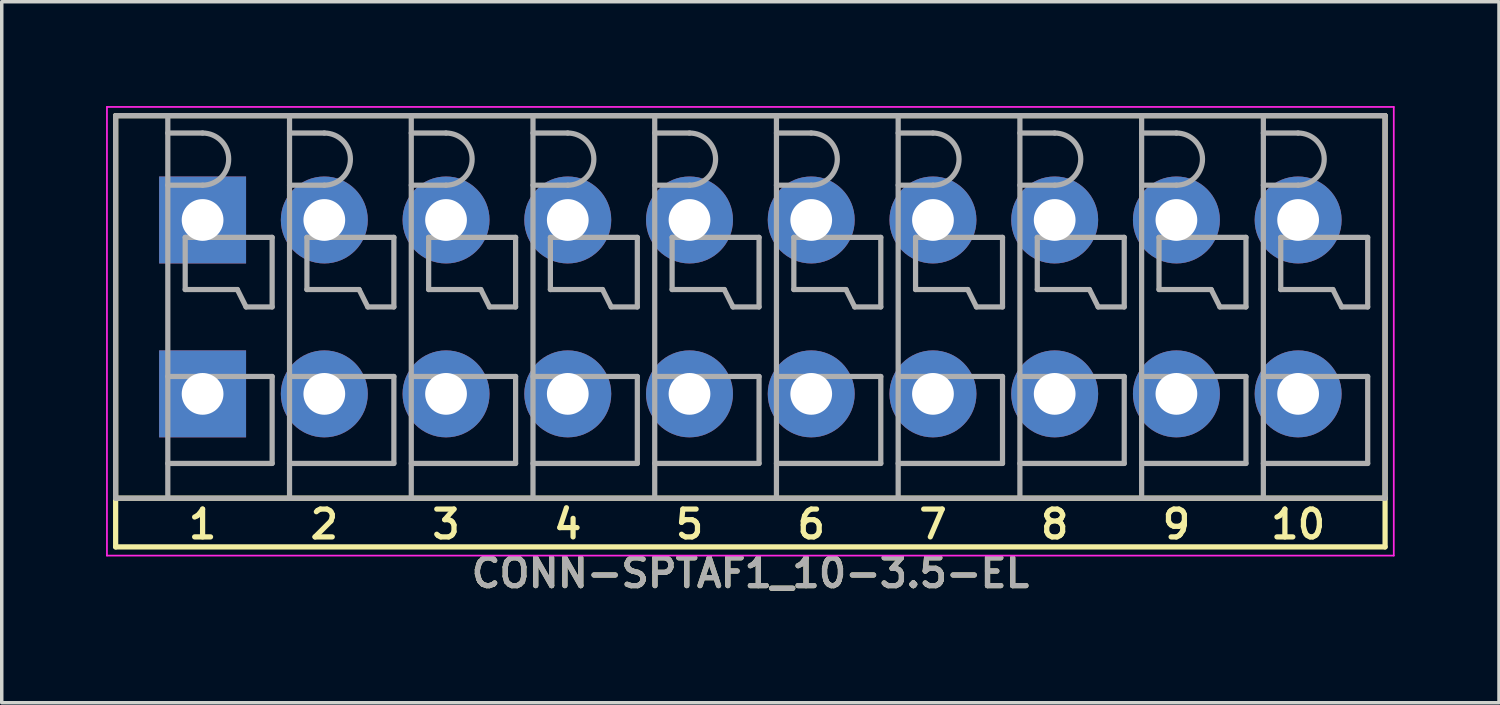
<source format=kicad_pcb>
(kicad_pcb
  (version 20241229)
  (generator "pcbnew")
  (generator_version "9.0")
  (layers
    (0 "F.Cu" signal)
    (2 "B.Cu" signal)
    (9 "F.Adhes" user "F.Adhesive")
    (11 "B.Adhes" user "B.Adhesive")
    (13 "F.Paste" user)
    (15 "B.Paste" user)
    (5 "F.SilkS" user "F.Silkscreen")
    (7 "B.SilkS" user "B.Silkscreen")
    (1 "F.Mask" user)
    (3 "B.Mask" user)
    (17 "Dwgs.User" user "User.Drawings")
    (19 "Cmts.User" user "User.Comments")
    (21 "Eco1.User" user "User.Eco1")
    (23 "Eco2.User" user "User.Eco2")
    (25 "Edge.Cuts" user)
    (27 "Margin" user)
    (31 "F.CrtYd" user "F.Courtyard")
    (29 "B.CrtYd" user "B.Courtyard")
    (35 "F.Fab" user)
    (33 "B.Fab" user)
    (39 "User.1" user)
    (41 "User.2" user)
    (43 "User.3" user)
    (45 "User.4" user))
  (footprint "CONN-SPTAF1_10-3.5-EL"
    (layer "F.Cu")
    (at 18.525 5.775)
    (property "Reference" "CONN-SPTAF1_10-3.5-EL" (at 0 7.65 0) (layer "F.SilkS") (effects (font (size 0.8 0.8) (thickness 0.15))))
    (attr through_hole)
    (fp_line (start -18.25 -5.5) (end 18.25 -5.5) (stroke (width 0.15) (type solid)) (layer "F.SilkS"))
    (fp_line (start -18.25 5.5) (end -18.25 -5.5) (stroke (width 0.15) (type solid)) (layer "F.SilkS"))
    (fp_line (start -18.25 5.5) (end -18.25 6.9) (stroke (width 0.15) (type solid)) (layer "F.SilkS"))
    (fp_line (start -18.25 6.9) (end 18.25 6.9) (stroke (width 0.15) (type solid)) (layer "F.SilkS"))
    (fp_line (start 18.25 -5.5) (end 18.25 5.5) (stroke (width 0.15) (type solid)) (layer "F.SilkS"))
    (fp_line (start 18.25 5.5) (end -18.25 5.5) (stroke (width 0.15) (type solid)) (layer "F.SilkS"))
    (fp_line (start 18.25 6.9) (end 18.25 5.5) (stroke (width 0.15) (type solid)) (layer "F.SilkS"))
    (fp_line (start -18.5 -5.75) (end 18.5 -5.75) (stroke (width 0.05) (type solid)) (layer "F.CrtYd"))
    (fp_line (start -18.5 7.15) (end -18.5 -5.75) (stroke (width 0.05) (type solid)) (layer "F.CrtYd"))
    (fp_line (start 18.5 -5.75) (end 18.5 7.15) (stroke (width 0.05) (type solid)) (layer "F.CrtYd"))
    (fp_line (start 18.5 7.15) (end -18.5 7.15) (stroke (width 0.05) (type solid)) (layer "F.CrtYd"))
    (fp_line (start -18.25 -5.5) (end 18.25 -5.5) (stroke (width 0.15) (type solid)) (layer "F.Fab"))
    (fp_line (start -18.25 5.5) (end -18.25 -5.5) (stroke (width 0.15) (type solid)) (layer "F.Fab"))
    (fp_line (start -16.75 -5.5) (end -16.75 5.5) (stroke (width 0.15) (type solid)) (layer "F.Fab"))
    (fp_line (start -16.75 -5) (end -15.75 -5) (stroke (width 0.15) (type solid)) (layer "F.Fab"))
    (fp_line (start -16.75 -3.5) (end -15.75 -3.5) (stroke (width 0.15) (type solid)) (layer "F.Fab"))
    (fp_line (start -16.75 2) (end -13.75 2) (stroke (width 0.15) (type solid)) (layer "F.Fab"))
    (fp_line (start -16.25 -2) (end -16.25 -0.5) (stroke (width 0.15) (type solid)) (layer "F.Fab"))
    (fp_line (start -16.25 -0.5) (end -14.75 -0.5) (stroke (width 0.15) (type solid)) (layer "F.Fab"))
    (fp_line (start -14.75 -0.5) (end -14.5 0) (stroke (width 0.15) (type solid)) (layer "F.Fab"))
    (fp_line (start -14.5 0) (end -13.75 0) (stroke (width 0.15) (type solid)) (layer "F.Fab"))
    (fp_line (start -13.75 -2) (end -16.25 -2) (stroke (width 0.15) (type solid)) (layer "F.Fab"))
    (fp_line (start -13.75 0) (end -13.75 -2) (stroke (width 0.15) (type solid)) (layer "F.Fab"))
    (fp_line (start -13.75 2) (end -13.75 4.5) (stroke (width 0.15) (type solid)) (layer "F.Fab"))
    (fp_line (start -13.75 4.5) (end -16.75 4.5) (stroke (width 0.15) (type solid)) (layer "F.Fab"))
    (fp_line (start -13.25 -5.5) (end -13.25 5.5) (stroke (width 0.15) (type solid)) (layer "F.Fab"))
    (fp_line (start -13.25 -5) (end -12.25 -5) (stroke (width 0.15) (type solid)) (layer "F.Fab"))
    (fp_line (start -13.25 -3.5) (end -12.25 -3.5) (stroke (width 0.15) (type solid)) (layer "F.Fab"))
    (fp_line (start -13.25 2) (end -10.25 2) (stroke (width 0.15) (type solid)) (layer "F.Fab"))
    (fp_line (start -12.75 -2) (end -12.75 -0.5) (stroke (width 0.15) (type solid)) (layer "F.Fab"))
    (fp_line (start -12.75 -0.5) (end -11.25 -0.5) (stroke (width 0.15) (type solid)) (layer "F.Fab"))
    (fp_line (start -11.25 -0.5) (end -11 0) (stroke (width 0.15) (type solid)) (layer "F.Fab"))
    (fp_line (start -11 0) (end -10.25 0) (stroke (width 0.15) (type solid)) (layer "F.Fab"))
    (fp_line (start -10.25 -2) (end -12.75 -2) (stroke (width 0.15) (type solid)) (layer "F.Fab"))
    (fp_line (start -10.25 0) (end -10.25 -2) (stroke (width 0.15) (type solid)) (layer "F.Fab"))
    (fp_line (start -10.25 2) (end -10.25 4.5) (stroke (width 0.15) (type solid)) (layer "F.Fab"))
    (fp_line (start -10.25 4.5) (end -13.25 4.5) (stroke (width 0.15) (type solid)) (layer "F.Fab"))
    (fp_line (start -9.75 -5.5) (end -9.75 5.5) (stroke (width 0.15) (type solid)) (layer "F.Fab"))
    (fp_line (start -9.75 -5) (end -8.75 -5) (stroke (width 0.15) (type solid)) (layer "F.Fab"))
    (fp_line (start -9.75 -3.5) (end -8.75 -3.5) (stroke (width 0.15) (type solid)) (layer "F.Fab"))
    (fp_line (start -9.75 2) (end -6.75 2) (stroke (width 0.15) (type solid)) (layer "F.Fab"))
    (fp_line (start -9.25 -2) (end -9.25 -0.5) (stroke (width 0.15) (type solid)) (layer "F.Fab"))
    (fp_line (start -9.25 -0.5) (end -7.75 -0.5) (stroke (width 0.15) (type solid)) (layer "F.Fab"))
    (fp_line (start -7.75 -0.5) (end -7.5 0) (stroke (width 0.15) (type solid)) (layer "F.Fab"))
    (fp_line (start -7.5 0) (end -6.75 0) (stroke (width 0.15) (type solid)) (layer "F.Fab"))
    (fp_line (start -6.75 -2) (end -9.25 -2) (stroke (width 0.15) (type solid)) (layer "F.Fab"))
    (fp_line (start -6.75 0) (end -6.75 -2) (stroke (width 0.15) (type solid)) (layer "F.Fab"))
    (fp_line (start -6.75 2) (end -6.75 4.5) (stroke (width 0.15) (type solid)) (layer "F.Fab"))
    (fp_line (start -6.75 4.5) (end -9.75 4.5) (stroke (width 0.15) (type solid)) (layer "F.Fab"))
    (fp_line (start -6.25 -5.5) (end -6.25 5.5) (stroke (width 0.15) (type solid)) (layer "F.Fab"))
    (fp_line (start -6.25 -5) (end -5.25 -5) (stroke (width 0.15) (type solid)) (layer "F.Fab"))
    (fp_line (start -6.25 -3.5) (end -5.25 -3.5) (stroke (width 0.15) (type solid)) (layer "F.Fab"))
    (fp_line (start -6.25 2) (end -3.25 2) (stroke (width 0.15) (type solid)) (layer "F.Fab"))
    (fp_line (start -5.75 -2) (end -5.75 -0.5) (stroke (width 0.15) (type solid)) (layer "F.Fab"))
    (fp_line (start -5.75 -0.5) (end -4.25 -0.5) (stroke (width 0.15) (type solid)) (layer "F.Fab"))
    (fp_line (start -4.25 -0.5) (end -4 0) (stroke (width 0.15) (type solid)) (layer "F.Fab"))
    (fp_line (start -4 0) (end -3.25 0) (stroke (width 0.15) (type solid)) (layer "F.Fab"))
    (fp_line (start -3.25 -2) (end -5.75 -2) (stroke (width 0.15) (type solid)) (layer "F.Fab"))
    (fp_line (start -3.25 0) (end -3.25 -2) (stroke (width 0.15) (type solid)) (layer "F.Fab"))
    (fp_line (start -3.25 2) (end -3.25 4.5) (stroke (width 0.15) (type solid)) (layer "F.Fab"))
    (fp_line (start -3.25 4.5) (end -6.25 4.5) (stroke (width 0.15) (type solid)) (layer "F.Fab"))
    (fp_line (start -2.75 -5.5) (end -2.75 5.5) (stroke (width 0.15) (type solid)) (layer "F.Fab"))
    (fp_line (start -2.75 -5) (end -1.75 -5) (stroke (width 0.15) (type solid)) (layer "F.Fab"))
    (fp_line (start -2.75 -3.5) (end -1.75 -3.5) (stroke (width 0.15) (type solid)) (layer "F.Fab"))
    (fp_line (start -2.75 2) (end 0.25 2) (stroke (width 0.15) (type solid)) (layer "F.Fab"))
    (fp_line (start -2.25 -2) (end -2.25 -0.5) (stroke (width 0.15) (type solid)) (layer "F.Fab"))
    (fp_line (start -2.25 -0.5) (end -0.75 -0.5) (stroke (width 0.15) (type solid)) (layer "F.Fab"))
    (fp_line (start -0.75 -0.5) (end -0.5 0) (stroke (width 0.15) (type solid)) (layer "F.Fab"))
    (fp_line (start -0.5 0) (end 0.25 0) (stroke (width 0.15) (type solid)) (layer "F.Fab"))
    (fp_line (start 0.25 -2) (end -2.25 -2) (stroke (width 0.15) (type solid)) (layer "F.Fab"))
    (fp_line (start 0.25 0) (end 0.25 -2) (stroke (width 0.15) (type solid)) (layer "F.Fab"))
    (fp_line (start 0.25 2) (end 0.25 4.5) (stroke (width 0.15) (type solid)) (layer "F.Fab"))
    (fp_line (start 0.25 4.5) (end -2.75 4.5) (stroke (width 0.15) (type solid)) (layer "F.Fab"))
    (fp_line (start 0.75 -5.5) (end 0.75 5.5) (stroke (width 0.15) (type solid)) (layer "F.Fab"))
    (fp_line (start 0.75 -5) (end 1.75 -5) (stroke (width 0.15) (type solid)) (layer "F.Fab"))
    (fp_line (start 0.75 -3.5) (end 1.75 -3.5) (stroke (width 0.15) (type solid)) (layer "F.Fab"))
    (fp_line (start 0.75 2) (end 3.75 2) (stroke (width 0.15) (type solid)) (layer "F.Fab"))
    (fp_line (start 1.25 -2) (end 1.25 -0.5) (stroke (width 0.15) (type solid)) (layer "F.Fab"))
    (fp_line (start 1.25 -0.5) (end 2.75 -0.5) (stroke (width 0.15) (type solid)) (layer "F.Fab"))
    (fp_line (start 2.75 -0.5) (end 3 0) (stroke (width 0.15) (type solid)) (layer "F.Fab"))
    (fp_line (start 3 0) (end 3.75 0) (stroke (width 0.15) (type solid)) (layer "F.Fab"))
    (fp_line (start 3.75 -2) (end 1.25 -2) (stroke (width 0.15) (type solid)) (layer "F.Fab"))
    (fp_line (start 3.75 0) (end 3.75 -2) (stroke (width 0.15) (type solid)) (layer "F.Fab"))
    (fp_line (start 3.75 2) (end 3.75 4.5) (stroke (width 0.15) (type solid)) (layer "F.Fab"))
    (fp_line (start 3.75 4.5) (end 0.75 4.5) (stroke (width 0.15) (type solid)) (layer "F.Fab"))
    (fp_line (start 4.25 -5.5) (end 4.25 5.5) (stroke (width 0.15) (type solid)) (layer "F.Fab"))
    (fp_line (start 4.25 -5) (end 5.25 -5) (stroke (width 0.15) (type solid)) (layer "F.Fab"))
    (fp_line (start 4.25 -3.5) (end 5.25 -3.5) (stroke (width 0.15) (type solid)) (layer "F.Fab"))
    (fp_line (start 4.25 2) (end 7.25 2) (stroke (width 0.15) (type solid)) (layer "F.Fab"))
    (fp_line (start 4.75 -2) (end 4.75 -0.5) (stroke (width 0.15) (type solid)) (layer "F.Fab"))
    (fp_line (start 4.75 -0.5) (end 6.25 -0.5) (stroke (width 0.15) (type solid)) (layer "F.Fab"))
    (fp_line (start 6.25 -0.5) (end 6.5 0) (stroke (width 0.15) (type solid)) (layer "F.Fab"))
    (fp_line (start 6.5 0) (end 7.25 0) (stroke (width 0.15) (type solid)) (layer "F.Fab"))
    (fp_line (start 7.25 -2) (end 4.75 -2) (stroke (width 0.15) (type solid)) (layer "F.Fab"))
    (fp_line (start 7.25 0) (end 7.25 -2) (stroke (width 0.15) (type solid)) (layer "F.Fab"))
    (fp_line (start 7.25 2) (end 7.25 4.5) (stroke (width 0.15) (type solid)) (layer "F.Fab"))
    (fp_line (start 7.25 4.5) (end 4.25 4.5) (stroke (width 0.15) (type solid)) (layer "F.Fab"))
    (fp_line (start 7.75 -5.5) (end 7.75 5.5) (stroke (width 0.15) (type solid)) (layer "F.Fab"))
    (fp_line (start 7.75 -5) (end 8.75 -5) (stroke (width 0.15) (type solid)) (layer "F.Fab"))
    (fp_line (start 7.75 -3.5) (end 8.75 -3.5) (stroke (width 0.15) (type solid)) (layer "F.Fab"))
    (fp_line (start 7.75 2) (end 10.75 2) (stroke (width 0.15) (type solid)) (layer "F.Fab"))
    (fp_line (start 8.25 -2) (end 8.25 -0.5) (stroke (width 0.15) (type solid)) (layer "F.Fab"))
    (fp_line (start 8.25 -0.5) (end 9.75 -0.5) (stroke (width 0.15) (type solid)) (layer "F.Fab"))
    (fp_line (start 9.75 -0.5) (end 10 0) (stroke (width 0.15) (type solid)) (layer "F.Fab"))
    (fp_line (start 10 0) (end 10.75 0) (stroke (width 0.15) (type solid)) (layer "F.Fab"))
    (fp_line (start 10.75 -2) (end 8.25 -2) (stroke (width 0.15) (type solid)) (layer "F.Fab"))
    (fp_line (start 10.75 0) (end 10.75 -2) (stroke (width 0.15) (type solid)) (layer "F.Fab"))
    (fp_line (start 10.75 2) (end 10.75 4.5) (stroke (width 0.15) (type solid)) (layer "F.Fab"))
    (fp_line (start 10.75 4.5) (end 7.75 4.5) (stroke (width 0.15) (type solid)) (layer "F.Fab"))
    (fp_line (start 11.25 -5.5) (end 11.25 5.5) (stroke (width 0.15) (type solid)) (layer "F.Fab"))
    (fp_line (start 11.25 -5) (end 12.25 -5) (stroke (width 0.15) (type solid)) (layer "F.Fab"))
    (fp_line (start 11.25 -3.5) (end 12.25 -3.5) (stroke (width 0.15) (type solid)) (layer "F.Fab"))
    (fp_line (start 11.25 2) (end 14.25 2) (stroke (width 0.15) (type solid)) (layer "F.Fab"))
    (fp_line (start 11.75 -2) (end 11.75 -0.5) (stroke (width 0.15) (type solid)) (layer "F.Fab"))
    (fp_line (start 11.75 -0.5) (end 13.25 -0.5) (stroke (width 0.15) (type solid)) (layer "F.Fab"))
    (fp_line (start 13.25 -0.5) (end 13.5 0) (stroke (width 0.15) (type solid)) (layer "F.Fab"))
    (fp_line (start 13.5 0) (end 14.25 0) (stroke (width 0.15) (type solid)) (layer "F.Fab"))
    (fp_line (start 14.25 -2) (end 11.75 -2) (stroke (width 0.15) (type solid)) (layer "F.Fab"))
    (fp_line (start 14.25 0) (end 14.25 -2) (stroke (width 0.15) (type solid)) (layer "F.Fab"))
    (fp_line (start 14.25 2) (end 14.25 4.5) (stroke (width 0.15) (type solid)) (layer "F.Fab"))
    (fp_line (start 14.25 4.5) (end 11.25 4.5) (stroke (width 0.15) (type solid)) (layer "F.Fab"))
    (fp_line (start 14.75 -5.5) (end 14.75 5.5) (stroke (width 0.15) (type solid)) (layer "F.Fab"))
    (fp_line (start 14.75 -5) (end 15.75 -5) (stroke (width 0.15) (type solid)) (layer "F.Fab"))
    (fp_line (start 14.75 -3.5) (end 15.75 -3.5) (stroke (width 0.15) (type solid)) (layer "F.Fab"))
    (fp_line (start 14.75 2) (end 17.75 2) (stroke (width 0.15) (type solid)) (layer "F.Fab"))
    (fp_line (start 15.25 -2) (end 15.25 -0.5) (stroke (width 0.15) (type solid)) (layer "F.Fab"))
    (fp_line (start 15.25 -0.5) (end 16.75 -0.5) (stroke (width 0.15) (type solid)) (layer "F.Fab"))
    (fp_line (start 16.75 -0.5) (end 17 0) (stroke (width 0.15) (type solid)) (layer "F.Fab"))
    (fp_line (start 17 0) (end 17.75 0) (stroke (width 0.15) (type solid)) (layer "F.Fab"))
    (fp_line (start 17.75 -2) (end 15.25 -2) (stroke (width 0.15) (type solid)) (layer "F.Fab"))
    (fp_line (start 17.75 0) (end 17.75 -2) (stroke (width 0.15) (type solid)) (layer "F.Fab"))
    (fp_line (start 17.75 2) (end 17.75 4.5) (stroke (width 0.15) (type solid)) (layer "F.Fab"))
    (fp_line (start 17.75 4.5) (end 14.75 4.5) (stroke (width 0.15) (type solid)) (layer "F.Fab"))
    (fp_line (start 18.25 -5.5) (end 18.25 5.5) (stroke (width 0.15) (type solid)) (layer "F.Fab"))
    (fp_line (start 18.25 5.5) (end -18.25 5.5) (stroke (width 0.15) (type solid)) (layer "F.Fab"))
    (fp_arc (start -15.75 -5) (mid -15 -4.25) (end -15.75 -3.5) (stroke (width 0.15) (type solid)) (layer "F.Fab"))
    (fp_arc (start -12.25 -5) (mid -11.5 -4.25) (end -12.25 -3.5) (stroke (width 0.15) (type solid)) (layer "F.Fab"))
    (fp_arc (start -8.75 -5) (mid -8 -4.25) (end -8.75 -3.5) (stroke (width 0.15) (type solid)) (layer "F.Fab"))
    (fp_arc (start -5.25 -5) (mid -4.5 -4.25) (end -5.25 -3.5) (stroke (width 0.15) (type solid)) (layer "F.Fab"))
    (fp_arc (start -1.75 -5) (mid -1 -4.25) (end -1.75 -3.5) (stroke (width 0.15) (type solid)) (layer "F.Fab"))
    (fp_arc (start 1.75 -5) (mid 2.5 -4.25) (end 1.75 -3.5) (stroke (width 0.15) (type solid)) (layer "F.Fab"))
    (fp_arc (start 5.25 -5) (mid 6 -4.25) (end 5.25 -3.5) (stroke (width 0.15) (type solid)) (layer "F.Fab"))
    (fp_arc (start 8.75 -5) (mid 9.5 -4.25) (end 8.75 -3.5) (stroke (width 0.15) (type solid)) (layer "F.Fab"))
    (fp_arc (start 12.25 -5) (mid 13 -4.25) (end 12.25 -3.5) (stroke (width 0.15) (type solid)) (layer "F.Fab"))
    (fp_arc (start 15.75 -5) (mid 16.5 -4.25) (end 15.75 -3.5) (stroke (width 0.15) (type solid)) (layer "F.Fab"))
    (fp_text user "2" (at -12.25 6.25 0) (layer "F.SilkS") (effects (font (size 0.8 0.8) (thickness 0.15))))
    (fp_text user "6" (at 1.75 6.25 0) (layer "F.SilkS") (effects (font (size 0.8 0.8) (thickness 0.15))))
    (fp_text user "1" (at -15.75 6.25 0) (layer "F.SilkS") (effects (font (size 0.8 0.8) (thickness 0.15))))
    (fp_text user "8" (at 8.75 6.25 0) (layer "F.SilkS") (effects (font (size 0.8 0.8) (thickness 0.15))))
    (fp_text user "10" (at 15.75 6.25 0) (layer "F.SilkS") (effects (font (size 0.8 0.8) (thickness 0.15))))
    (fp_text user "7" (at 5.25 6.25 0) (layer "F.SilkS") (effects (font (size 0.8 0.8) (thickness 0.15))))
    (fp_text user "5" (at -1.75 6.25 0) (layer "F.SilkS") (effects (font (size 0.8 0.8) (thickness 0.15))))
    (fp_text user "4" (at -5.25 6.25 0) (layer "F.SilkS") (effects (font (size 0.8 0.8) (thickness 0.15))))
    (fp_text user "3" (at -8.75 6.25 0) (layer "F.SilkS") (effects (font (size 0.8 0.8) (thickness 0.15))))
    (fp_text user "9" (at 12.25 6.25 0) (layer "F.SilkS") (effects (font (size 0.8 0.8) (thickness 0.15))))
    (fp_text user "${REFERENCE}" (at 0 7.65 0) (layer "F.Fab") (effects (font (size 0.8 0.8) (thickness 0.15))))
    (pad "1" thru_hole rect (at -15.75 -2.5) (size 2.5 2.5) (drill 1.2) (layers "*.Cu" "*.Mask"))
    (pad "1" thru_hole rect (at -15.75 2.5) (size 2.5 2.5) (drill 1.2) (layers "*.Cu" "*.Mask"))
    (pad "2" thru_hole circle (at -12.25 -2.5) (size 2.5 2.5) (drill 1.2) (layers "*.Cu" "*.Mask"))
    (pad "2" thru_hole circle (at -12.25 2.5) (size 2.5 2.5) (drill 1.2) (layers "*.Cu" "*.Mask"))
    (pad "3" thru_hole circle (at -8.75 -2.5) (size 2.5 2.5) (drill 1.2) (layers "*.Cu" "*.Mask"))
    (pad "3" thru_hole circle (at -8.75 2.5) (size 2.5 2.5) (drill 1.2) (layers "*.Cu" "*.Mask"))
    (pad "4" thru_hole circle (at -5.25 -2.5) (size 2.5 2.5) (drill 1.2) (layers "*.Cu" "*.Mask"))
    (pad "4" thru_hole circle (at -5.25 2.5) (size 2.5 2.5) (drill 1.2) (layers "*.Cu" "*.Mask"))
    (pad "5" thru_hole circle (at -1.75 -2.5) (size 2.5 2.5) (drill 1.2) (layers "*.Cu" "*.Mask"))
    (pad "5" thru_hole circle (at -1.75 2.5) (size 2.5 2.5) (drill 1.2) (layers "*.Cu" "*.Mask"))
    (pad "6" thru_hole circle (at 1.75 -2.5) (size 2.5 2.5) (drill 1.2) (layers "*.Cu" "*.Mask"))
    (pad "6" thru_hole circle (at 1.75 2.5) (size 2.5 2.5) (drill 1.2) (layers "*.Cu" "*.Mask"))
    (pad "7" thru_hole circle (at 5.25 -2.5) (size 2.5 2.5) (drill 1.2) (layers "*.Cu" "*.Mask"))
    (pad "7" thru_hole circle (at 5.25 2.5) (size 2.5 2.5) (drill 1.2) (layers "*.Cu" "*.Mask"))
    (pad "8" thru_hole circle (at 8.75 -2.5) (size 2.5 2.5) (drill 1.2) (layers "*.Cu" "*.Mask"))
    (pad "8" thru_hole circle (at 8.75 2.5) (size 2.5 2.5) (drill 1.2) (layers "*.Cu" "*.Mask"))
    (pad "9" thru_hole circle (at 12.25 -2.5) (size 2.5 2.5) (drill 1.2) (layers "*.Cu" "*.Mask"))
    (pad "9" thru_hole circle (at 12.25 2.5) (size 2.5 2.5) (drill 1.2) (layers "*.Cu" "*.Mask"))
    (pad "10" thru_hole circle (at 15.75 -2.5) (size 2.5 2.5) (drill 1.2) (layers "*.Cu" "*.Mask"))
    (pad "10" thru_hole circle (at 15.75 2.5) (size 2.5 2.5) (drill 1.2) (layers "*.Cu" "*.Mask")))
  (gr_rect
    (start -3 -3)
    (end 40.05 17.156)
    (stroke (width 0.1) (type default))
    (fill no)
    (layer "Edge.Cuts")))
</source>
